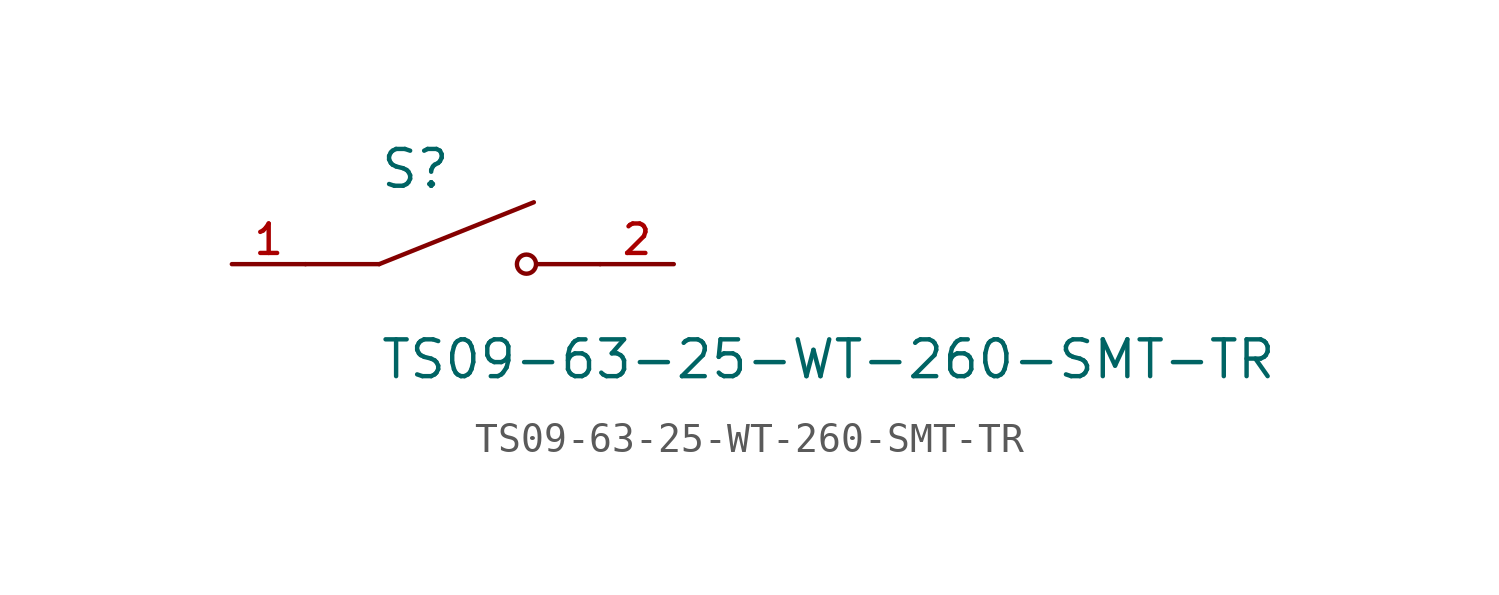
<source format=kicad_sym>
(kicad_symbol_lib
  (version 20211014)
  (generator kicad_symbol_editor)
  (symbol "TS09-63-25-WT-260-SMT-TR"
    (pin_names
      (offset 1.016))
    (property "Reference" "S"
      (at -2.54 2.54 0)
      (effects (font (size 1.27 1.27)) (justify bottom left)))
    (property "Value" "TS09-63-25-WT-260-SMT-TR"
      (at -2.54 -2.54 0)
      (effects (font (size 1.27 1.27)) (justify top left)))
    (symbol "TS09-63-25-WT-260-SMT-TR_0_0"
      (polyline (pts (xy -2.54 0.0) (xy 2.794 2.134)) (stroke (width 0.152)))
      (circle (center 2.54 0.0) (radius 0.33) (stroke (width 0.152)) (fill (type none)))
      (polyline (pts (xy 5.08 0.0) (xy 2.921 0.0)) (stroke (width 0.152)))
      (polyline (pts (xy -2.54 0.0) (xy -5.08 0.0)) (stroke (width 0.152)))
      (pin passive line (at -7.62 0.0 0) (length 2.54) (name "~" (effects (font (size 1.016 1.016)))) (number "1" (effects (font (size 1.016 1.016)))))
      (pin passive line (at 7.62 0.0 180.0) (length 2.54) (name "~" (effects (font (size 1.016 1.016)))) (number "2" (effects (font (size 1.016 1.016))))))))
</source>
